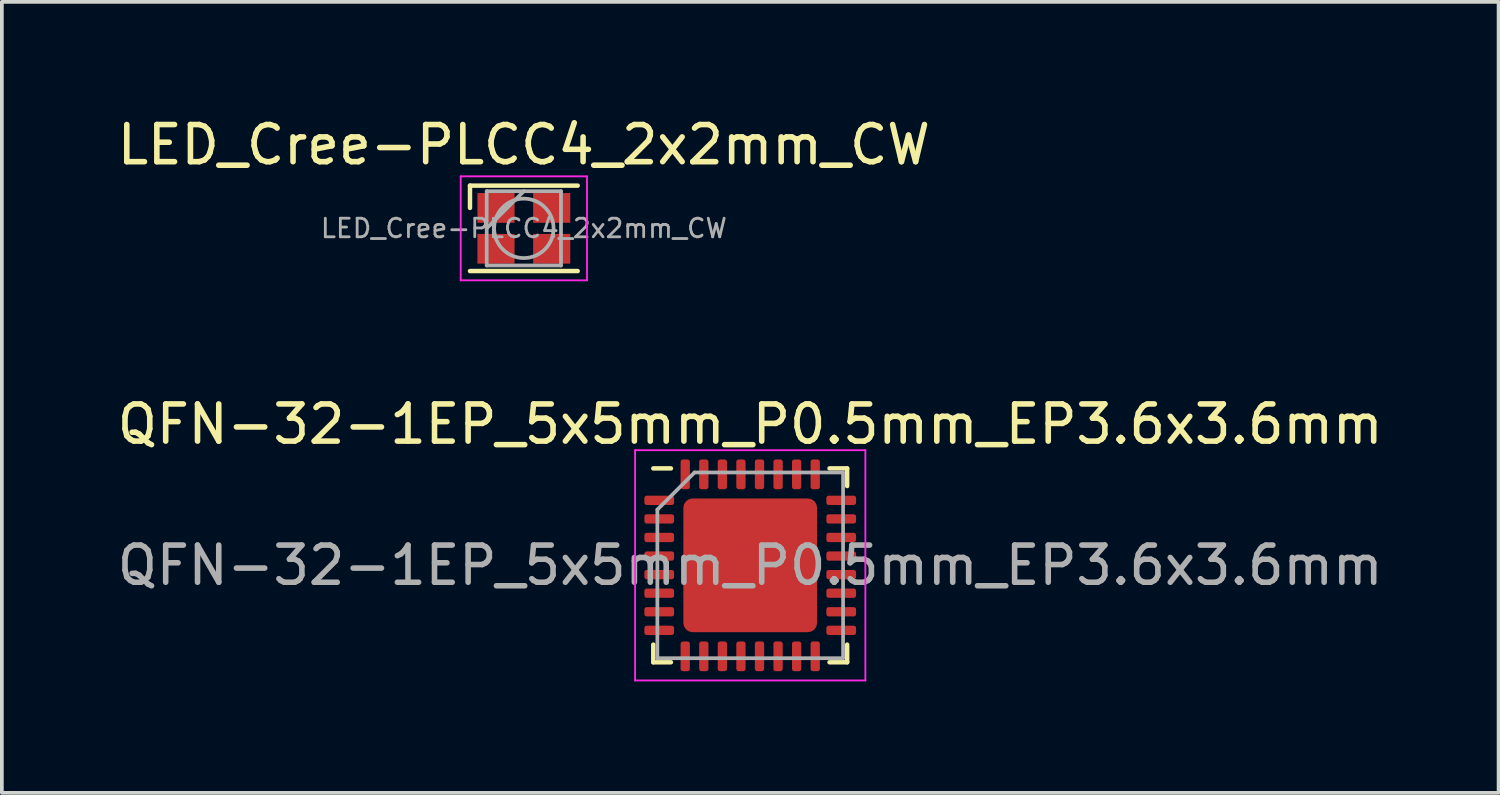
<source format=kicad_pcb>
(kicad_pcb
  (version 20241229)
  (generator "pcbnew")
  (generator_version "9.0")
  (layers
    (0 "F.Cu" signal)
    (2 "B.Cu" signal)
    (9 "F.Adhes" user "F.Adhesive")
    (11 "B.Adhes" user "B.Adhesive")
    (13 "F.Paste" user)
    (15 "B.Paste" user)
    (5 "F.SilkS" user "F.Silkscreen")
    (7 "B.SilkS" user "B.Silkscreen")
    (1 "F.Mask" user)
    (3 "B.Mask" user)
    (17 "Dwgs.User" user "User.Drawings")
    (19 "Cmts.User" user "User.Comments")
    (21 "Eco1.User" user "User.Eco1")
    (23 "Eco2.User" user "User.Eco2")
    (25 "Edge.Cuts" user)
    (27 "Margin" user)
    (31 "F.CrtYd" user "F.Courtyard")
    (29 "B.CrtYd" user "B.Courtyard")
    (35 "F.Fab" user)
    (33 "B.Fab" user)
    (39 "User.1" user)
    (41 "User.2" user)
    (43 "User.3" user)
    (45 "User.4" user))
  (footprint "LED_Cree-PLCC4_2x2mm_CW"
    (layer "F.Cu")
    (at 11.054 3.098)
    (property "Reference" "LED_Cree-PLCC4_2x2mm_CW" (at 0 -2.25 0) (layer "F.SilkS") (effects (font (size 1 1) (thickness 0.15))))
    (attr smd)
    (fp_line (start -1.45 -1.15) (end 1.45 -1.15) (stroke (width 0.12) (type solid)) (layer "F.SilkS"))
    (fp_line (start -1.45 -0.55) (end -1.45 -1.15) (stroke (width 0.12) (type solid)) (layer "F.SilkS"))
    (fp_line (start -1.45 1.15) (end 1.45 1.15) (stroke (width 0.12) (type solid)) (layer "F.SilkS"))
    (fp_line (start -1.7 -1.4) (end -1.7 1.4) (stroke (width 0.05) (type solid)) (layer "F.CrtYd"))
    (fp_line (start -1.7 1.4) (end 1.7 1.4) (stroke (width 0.05) (type solid)) (layer "F.CrtYd"))
    (fp_line (start 1.7 -1.4) (end -1.7 -1.4) (stroke (width 0.05) (type solid)) (layer "F.CrtYd"))
    (fp_line (start 1.7 1.4) (end 1.7 -1.4) (stroke (width 0.05) (type solid)) (layer "F.CrtYd"))
    (fp_line (start -1 -1) (end -1 1) (stroke (width 0.1) (type solid)) (layer "F.Fab"))
    (fp_line (start -1 1) (end 1 1) (stroke (width 0.1) (type solid)) (layer "F.Fab"))
    (fp_line (start 0 -1) (end -1 0) (stroke (width 0.1) (type solid)) (layer "F.Fab"))
    (fp_line (start 1 -1) (end -1 -1) (stroke (width 0.1) (type solid)) (layer "F.Fab"))
    (fp_line (start 1 1) (end 1 -1) (stroke (width 0.1) (type solid)) (layer "F.Fab"))
    (fp_circle (center 0 0) (end 0.8 0) (stroke (width 0.1) (type solid)) (fill no) (layer "F.Fab"))
    (fp_text user "${REFERENCE}" (at 0 0 0) (layer "F.Fab") (effects (font (size 0.5 0.5) (thickness 0.075))))
    (pad "1" smd rect (at -0.75 -0.55) (size 1 0.8) (layers "F.Cu" "F.Mask" "F.Paste"))
    (pad "2" smd rect (at 0.75 -0.55) (size 1 0.8) (layers "F.Cu" "F.Mask" "F.Paste"))
    (pad "3" smd rect (at 0.75 0.55) (size 1 0.8) (layers "F.Cu" "F.Mask" "F.Paste"))
    (pad "4" smd rect (at -0.75 0.55) (size 1 0.8) (layers "F.Cu" "F.Mask" "F.Paste")))
  (footprint "QFN-32-1EP_5x5mm_P0.5mm_EP3.6x3.6mm"
    (layer "F.Cu")
    (at 17.149 12.171)
    (property "Reference" "QFN-32-1EP_5x5mm_P0.5mm_EP3.6x3.6mm" (at 0 -3.8 0) (layer "F.SilkS") (effects (font (size 1 1) (thickness 0.15))))
    (attr smd)
    (fp_line (start -2.61 2.61) (end -2.61 2.135) (stroke (width 0.12) (type solid)) (layer "F.SilkS"))
    (fp_line (start -2.135 -2.61) (end -2.61 -2.61) (stroke (width 0.12) (type solid)) (layer "F.SilkS"))
    (fp_line (start -2.135 2.61) (end -2.61 2.61) (stroke (width 0.12) (type solid)) (layer "F.SilkS"))
    (fp_line (start 2.135 -2.61) (end 2.61 -2.61) (stroke (width 0.12) (type solid)) (layer "F.SilkS"))
    (fp_line (start 2.135 2.61) (end 2.61 2.61) (stroke (width 0.12) (type solid)) (layer "F.SilkS"))
    (fp_line (start 2.61 -2.61) (end 2.61 -2.135) (stroke (width 0.12) (type solid)) (layer "F.SilkS"))
    (fp_line (start 2.61 2.61) (end 2.61 2.135) (stroke (width 0.12) (type solid)) (layer "F.SilkS"))
    (fp_line (start -3.1 -3.1) (end -3.1 3.1) (stroke (width 0.05) (type solid)) (layer "F.CrtYd"))
    (fp_line (start -3.1 3.1) (end 3.1 3.1) (stroke (width 0.05) (type solid)) (layer "F.CrtYd"))
    (fp_line (start 3.1 -3.1) (end -3.1 -3.1) (stroke (width 0.05) (type solid)) (layer "F.CrtYd"))
    (fp_line (start 3.1 3.1) (end 3.1 -3.1) (stroke (width 0.05) (type solid)) (layer "F.CrtYd"))
    (fp_line (start -2.5 -1.5) (end -1.5 -2.5) (stroke (width 0.1) (type solid)) (layer "F.Fab"))
    (fp_line (start -2.5 2.5) (end -2.5 -1.5) (stroke (width 0.1) (type solid)) (layer "F.Fab"))
    (fp_line (start -1.5 -2.5) (end 2.5 -2.5) (stroke (width 0.1) (type solid)) (layer "F.Fab"))
    (fp_line (start 2.5 -2.5) (end 2.5 2.5) (stroke (width 0.1) (type solid)) (layer "F.Fab"))
    (fp_line (start 2.5 2.5) (end -2.5 2.5) (stroke (width 0.1) (type solid)) (layer "F.Fab"))
    (fp_text user "${REFERENCE}" (at 0 0 0) (layer "F.Fab") (effects (font (size 1 1) (thickness 0.15))))
    (pad "" smd roundrect (at -1.2 -1.2) (size 0.97 0.97) (layers "F.Paste") (roundrect_rratio 0.25))
    (pad "" smd roundrect (at -1.2 0) (size 0.97 0.97) (layers "F.Paste") (roundrect_rratio 0.25))
    (pad "" smd roundrect (at -1.2 1.2) (size 0.97 0.97) (layers "F.Paste") (roundrect_rratio 0.25))
    (pad "" smd roundrect (at 0 -1.2) (size 0.97 0.97) (layers "F.Paste") (roundrect_rratio 0.25))
    (pad "" smd roundrect (at 0 0) (size 0.97 0.97) (layers "F.Paste") (roundrect_rratio 0.25))
    (pad "" smd roundrect (at 0 1.2) (size 0.97 0.97) (layers "F.Paste") (roundrect_rratio 0.25))
    (pad "" smd roundrect (at 1.2 -1.2) (size 0.97 0.97) (layers "F.Paste") (roundrect_rratio 0.25))
    (pad "" smd roundrect (at 1.2 0) (size 0.97 0.97) (layers "F.Paste") (roundrect_rratio 0.25))
    (pad "" smd roundrect (at 1.2 1.2) (size 0.97 0.97) (layers "F.Paste") (roundrect_rratio 0.25))
    (pad "1" smd roundrect (at -2.45 -1.75) (size 0.8 0.25) (layers "F.Cu" "F.Mask" "F.Paste") (roundrect_rratio 0.25))
    (pad "2" smd roundrect (at -2.45 -1.25) (size 0.8 0.25) (layers "F.Cu" "F.Mask" "F.Paste") (roundrect_rratio 0.25))
    (pad "3" smd roundrect (at -2.45 -0.75) (size 0.8 0.25) (layers "F.Cu" "F.Mask" "F.Paste") (roundrect_rratio 0.25))
    (pad "4" smd roundrect (at -2.45 -0.25) (size 0.8 0.25) (layers "F.Cu" "F.Mask" "F.Paste") (roundrect_rratio 0.25))
    (pad "5" smd roundrect (at -2.45 0.25) (size 0.8 0.25) (layers "F.Cu" "F.Mask" "F.Paste") (roundrect_rratio 0.25))
    (pad "6" smd roundrect (at -2.45 0.75) (size 0.8 0.25) (layers "F.Cu" "F.Mask" "F.Paste") (roundrect_rratio 0.25))
    (pad "7" smd roundrect (at -2.45 1.25) (size 0.8 0.25) (layers "F.Cu" "F.Mask" "F.Paste") (roundrect_rratio 0.25))
    (pad "8" smd roundrect (at -2.45 1.75) (size 0.8 0.25) (layers "F.Cu" "F.Mask" "F.Paste") (roundrect_rratio 0.25))
    (pad "9" smd roundrect (at -1.75 2.45) (size 0.25 0.8) (layers "F.Cu" "F.Mask" "F.Paste") (roundrect_rratio 0.25))
    (pad "10" smd roundrect (at -1.25 2.45) (size 0.25 0.8) (layers "F.Cu" "F.Mask" "F.Paste") (roundrect_rratio 0.25))
    (pad "11" smd roundrect (at -0.75 2.45) (size 0.25 0.8) (layers "F.Cu" "F.Mask" "F.Paste") (roundrect_rratio 0.25))
    (pad "12" smd roundrect (at -0.25 2.45) (size 0.25 0.8) (layers "F.Cu" "F.Mask" "F.Paste") (roundrect_rratio 0.25))
    (pad "13" smd roundrect (at 0.25 2.45) (size 0.25 0.8) (layers "F.Cu" "F.Mask" "F.Paste") (roundrect_rratio 0.25))
    (pad "14" smd roundrect (at 0.75 2.45) (size 0.25 0.8) (layers "F.Cu" "F.Mask" "F.Paste") (roundrect_rratio 0.25))
    (pad "15" smd roundrect (at 1.25 2.45) (size 0.25 0.8) (layers "F.Cu" "F.Mask" "F.Paste") (roundrect_rratio 0.25))
    (pad "16" smd roundrect (at 1.75 2.45) (size 0.25 0.8) (layers "F.Cu" "F.Mask" "F.Paste") (roundrect_rratio 0.25))
    (pad "17" smd roundrect (at 2.45 1.75) (size 0.8 0.25) (layers "F.Cu" "F.Mask" "F.Paste") (roundrect_rratio 0.25))
    (pad "18" smd roundrect (at 2.45 1.25) (size 0.8 0.25) (layers "F.Cu" "F.Mask" "F.Paste") (roundrect_rratio 0.25))
    (pad "19" smd roundrect (at 2.45 0.75) (size 0.8 0.25) (layers "F.Cu" "F.Mask" "F.Paste") (roundrect_rratio 0.25))
    (pad "20" smd roundrect (at 2.45 0.25) (size 0.8 0.25) (layers "F.Cu" "F.Mask" "F.Paste") (roundrect_rratio 0.25))
    (pad "21" smd roundrect (at 2.45 -0.25) (size 0.8 0.25) (layers "F.Cu" "F.Mask" "F.Paste") (roundrect_rratio 0.25))
    (pad "22" smd roundrect (at 2.45 -0.75) (size 0.8 0.25) (layers "F.Cu" "F.Mask" "F.Paste") (roundrect_rratio 0.25))
    (pad "23" smd roundrect (at 2.45 -1.25) (size 0.8 0.25) (layers "F.Cu" "F.Mask" "F.Paste") (roundrect_rratio 0.25))
    (pad "24" smd roundrect (at 2.45 -1.75) (size 0.8 0.25) (layers "F.Cu" "F.Mask" "F.Paste") (roundrect_rratio 0.25))
    (pad "25" smd roundrect (at 1.75 -2.45) (size 0.25 0.8) (layers "F.Cu" "F.Mask" "F.Paste") (roundrect_rratio 0.25))
    (pad "26" smd roundrect (at 1.25 -2.45) (size 0.25 0.8) (layers "F.Cu" "F.Mask" "F.Paste") (roundrect_rratio 0.25))
    (pad "27" smd roundrect (at 0.75 -2.45) (size 0.25 0.8) (layers "F.Cu" "F.Mask" "F.Paste") (roundrect_rratio 0.25))
    (pad "28" smd roundrect (at 0.25 -2.45) (size 0.25 0.8) (layers "F.Cu" "F.Mask" "F.Paste") (roundrect_rratio 0.25))
    (pad "29" smd roundrect (at -0.25 -2.45) (size 0.25 0.8) (layers "F.Cu" "F.Mask" "F.Paste") (roundrect_rratio 0.25))
    (pad "30" smd roundrect (at -0.75 -2.45) (size 0.25 0.8) (layers "F.Cu" "F.Mask" "F.Paste") (roundrect_rratio 0.25))
    (pad "31" smd roundrect (at -1.25 -2.45) (size 0.25 0.8) (layers "F.Cu" "F.Mask" "F.Paste") (roundrect_rratio 0.25))
    (pad "32" smd roundrect (at -1.75 -2.45) (size 0.25 0.8) (layers "F.Cu" "F.Mask" "F.Paste") (roundrect_rratio 0.25))
    (pad "33" smd roundrect (at 0 0) (size 3.6 3.6) (layers "F.Cu" "F.Mask") (roundrect_rratio 0.069)))
  (gr_rect
    (start -3 -3)
    (end 37.298 18.297)
    (stroke (width 0.1) (type default))
    (fill no)
    (layer "Edge.Cuts")))
</source>
